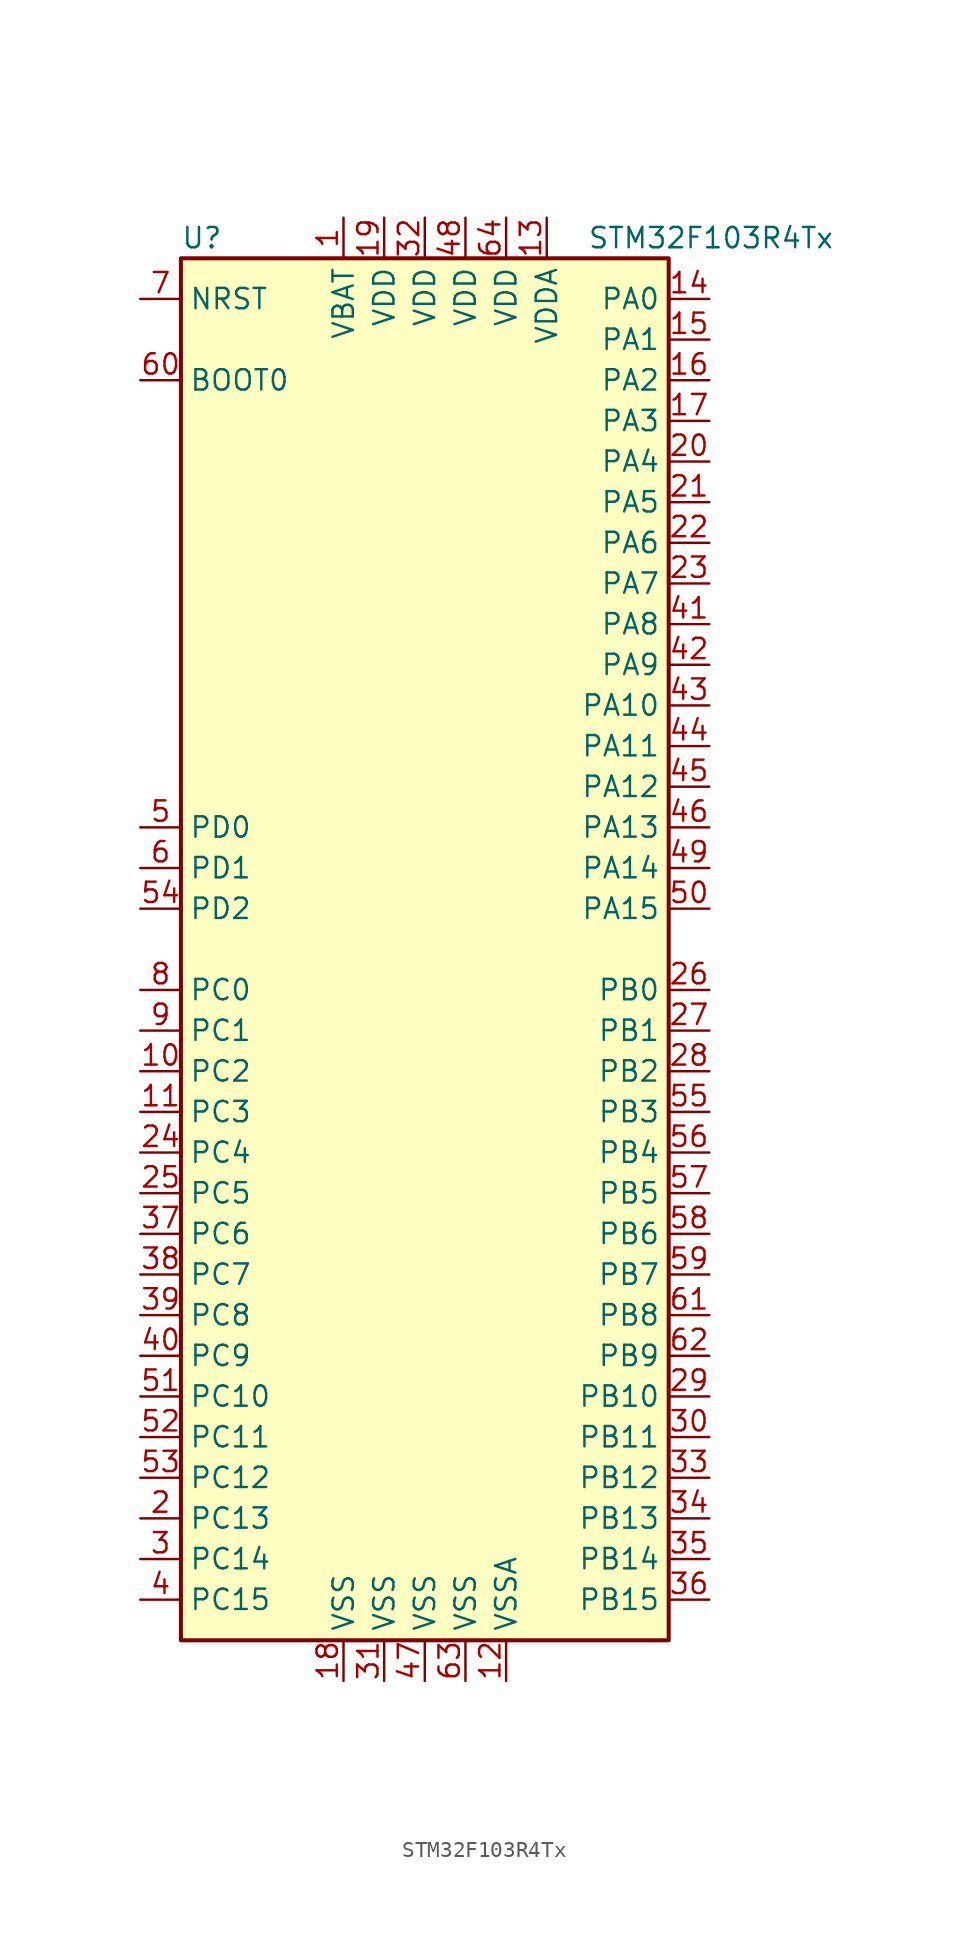
<source format=kicad_sym>
(kicad_symbol_lib
  (version 20211014)
  (generator kicad_symbol_editor)
  (symbol "STM32F103R4Tx"
    (property "Reference" "U"
      (at -15.24 44.45 0)
      (effects (font (size 1.27 1.27)) (justify left)))
    (property "Value" "STM32F103R4Tx"
      (at 10.16 44.45 0)
      (effects (font (size 1.27 1.27)) (justify left)))
    (symbol "STM32F103R4Tx_0_1"
      (rectangle (start -15.24 -43.18) (end 15.24 43.18) (stroke (width 0.254) (type default) (color 0 0 0 0)) (fill (type background))))
    (symbol "STM32F103R4Tx_1_1"
      (pin power_in line (at -5.08 45.72 270) (length 2.54) (name "VBAT" (effects (font (size 1.27 1.27)))) (number "1" (effects (font (size 1.27 1.27)))))
      (pin bidirectional line (at -17.78 -7.62 0) (length 2.54) (name "PC2" (effects (font (size 1.27 1.27)))) (number "10" (effects (font (size 1.27 1.27)))))
      (pin bidirectional line (at -17.78 -10.16 0) (length 2.54) (name "PC3" (effects (font (size 1.27 1.27)))) (number "11" (effects (font (size 1.27 1.27)))))
      (pin power_in line (at 5.08 -45.72 90) (length 2.54) (name "VSSA" (effects (font (size 1.27 1.27)))) (number "12" (effects (font (size 1.27 1.27)))))
      (pin power_in line (at 7.62 45.72 270) (length 2.54) (name "VDDA" (effects (font (size 1.27 1.27)))) (number "13" (effects (font (size 1.27 1.27)))))
      (pin bidirectional line (at 17.78 40.64 180) (length 2.54) (name "PA0" (effects (font (size 1.27 1.27)))) (number "14" (effects (font (size 1.27 1.27)))))
      (pin bidirectional line (at 17.78 38.1 180) (length 2.54) (name "PA1" (effects (font (size 1.27 1.27)))) (number "15" (effects (font (size 1.27 1.27)))))
      (pin bidirectional line (at 17.78 35.56 180) (length 2.54) (name "PA2" (effects (font (size 1.27 1.27)))) (number "16" (effects (font (size 1.27 1.27)))))
      (pin bidirectional line (at 17.78 33.02 180) (length 2.54) (name "PA3" (effects (font (size 1.27 1.27)))) (number "17" (effects (font (size 1.27 1.27)))))
      (pin power_in line (at -5.08 -45.72 90) (length 2.54) (name "VSS" (effects (font (size 1.27 1.27)))) (number "18" (effects (font (size 1.27 1.27)))))
      (pin power_in line (at -2.54 45.72 270) (length 2.54) (name "VDD" (effects (font (size 1.27 1.27)))) (number "19" (effects (font (size 1.27 1.27)))))
      (pin bidirectional line (at -17.78 -35.56 0) (length 2.54) (name "PC13" (effects (font (size 1.27 1.27)))) (number "2" (effects (font (size 1.27 1.27)))))
      (pin bidirectional line (at 17.78 30.48 180) (length 2.54) (name "PA4" (effects (font (size 1.27 1.27)))) (number "20" (effects (font (size 1.27 1.27)))))
      (pin bidirectional line (at 17.78 27.94 180) (length 2.54) (name "PA5" (effects (font (size 1.27 1.27)))) (number "21" (effects (font (size 1.27 1.27)))))
      (pin bidirectional line (at 17.78 25.4 180) (length 2.54) (name "PA6" (effects (font (size 1.27 1.27)))) (number "22" (effects (font (size 1.27 1.27)))))
      (pin bidirectional line (at 17.78 22.86 180) (length 2.54) (name "PA7" (effects (font (size 1.27 1.27)))) (number "23" (effects (font (size 1.27 1.27)))))
      (pin bidirectional line (at -17.78 -12.7 0) (length 2.54) (name "PC4" (effects (font (size 1.27 1.27)))) (number "24" (effects (font (size 1.27 1.27)))))
      (pin bidirectional line (at -17.78 -15.24 0) (length 2.54) (name "PC5" (effects (font (size 1.27 1.27)))) (number "25" (effects (font (size 1.27 1.27)))))
      (pin bidirectional line (at 17.78 -2.54 180) (length 2.54) (name "PB0" (effects (font (size 1.27 1.27)))) (number "26" (effects (font (size 1.27 1.27)))))
      (pin bidirectional line (at 17.78 -5.08 180) (length 2.54) (name "PB1" (effects (font (size 1.27 1.27)))) (number "27" (effects (font (size 1.27 1.27)))))
      (pin bidirectional line (at 17.78 -7.62 180) (length 2.54) (name "PB2" (effects (font (size 1.27 1.27)))) (number "28" (effects (font (size 1.27 1.27)))))
      (pin bidirectional line (at 17.78 -27.94 180) (length 2.54) (name "PB10" (effects (font (size 1.27 1.27)))) (number "29" (effects (font (size 1.27 1.27)))))
      (pin bidirectional line (at -17.78 -38.1 0) (length 2.54) (name "PC14" (effects (font (size 1.27 1.27)))) (number "3" (effects (font (size 1.27 1.27)))))
      (pin bidirectional line (at 17.78 -30.48 180) (length 2.54) (name "PB11" (effects (font (size 1.27 1.27)))) (number "30" (effects (font (size 1.27 1.27)))))
      (pin power_in line (at -2.54 -45.72 90) (length 2.54) (name "VSS" (effects (font (size 1.27 1.27)))) (number "31" (effects (font (size 1.27 1.27)))))
      (pin power_in line (at 0 45.72 270) (length 2.54) (name "VDD" (effects (font (size 1.27 1.27)))) (number "32" (effects (font (size 1.27 1.27)))))
      (pin bidirectional line (at 17.78 -33.02 180) (length 2.54) (name "PB12" (effects (font (size 1.27 1.27)))) (number "33" (effects (font (size 1.27 1.27)))))
      (pin bidirectional line (at 17.78 -35.56 180) (length 2.54) (name "PB13" (effects (font (size 1.27 1.27)))) (number "34" (effects (font (size 1.27 1.27)))))
      (pin bidirectional line (at 17.78 -38.1 180) (length 2.54) (name "PB14" (effects (font (size 1.27 1.27)))) (number "35" (effects (font (size 1.27 1.27)))))
      (pin bidirectional line (at 17.78 -40.64 180) (length 2.54) (name "PB15" (effects (font (size 1.27 1.27)))) (number "36" (effects (font (size 1.27 1.27)))))
      (pin bidirectional line (at -17.78 -17.78 0) (length 2.54) (name "PC6" (effects (font (size 1.27 1.27)))) (number "37" (effects (font (size 1.27 1.27)))))
      (pin bidirectional line (at -17.78 -20.32 0) (length 2.54) (name "PC7" (effects (font (size 1.27 1.27)))) (number "38" (effects (font (size 1.27 1.27)))))
      (pin bidirectional line (at -17.78 -22.86 0) (length 2.54) (name "PC8" (effects (font (size 1.27 1.27)))) (number "39" (effects (font (size 1.27 1.27)))))
      (pin bidirectional line (at -17.78 -40.64 0) (length 2.54) (name "PC15" (effects (font (size 1.27 1.27)))) (number "4" (effects (font (size 1.27 1.27)))))
      (pin bidirectional line (at -17.78 -25.4 0) (length 2.54) (name "PC9" (effects (font (size 1.27 1.27)))) (number "40" (effects (font (size 1.27 1.27)))))
      (pin bidirectional line (at 17.78 20.32 180) (length 2.54) (name "PA8" (effects (font (size 1.27 1.27)))) (number "41" (effects (font (size 1.27 1.27)))))
      (pin bidirectional line (at 17.78 17.78 180) (length 2.54) (name "PA9" (effects (font (size 1.27 1.27)))) (number "42" (effects (font (size 1.27 1.27)))))
      (pin bidirectional line (at 17.78 15.24 180) (length 2.54) (name "PA10" (effects (font (size 1.27 1.27)))) (number "43" (effects (font (size 1.27 1.27)))))
      (pin bidirectional line (at 17.78 12.7 180) (length 2.54) (name "PA11" (effects (font (size 1.27 1.27)))) (number "44" (effects (font (size 1.27 1.27)))))
      (pin bidirectional line (at 17.78 10.16 180) (length 2.54) (name "PA12" (effects (font (size 1.27 1.27)))) (number "45" (effects (font (size 1.27 1.27)))))
      (pin bidirectional line (at 17.78 7.62 180) (length 2.54) (name "PA13" (effects (font (size 1.27 1.27)))) (number "46" (effects (font (size 1.27 1.27)))))
      (pin power_in line (at 0 -45.72 90) (length 2.54) (name "VSS" (effects (font (size 1.27 1.27)))) (number "47" (effects (font (size 1.27 1.27)))))
      (pin power_in line (at 2.54 45.72 270) (length 2.54) (name "VDD" (effects (font (size 1.27 1.27)))) (number "48" (effects (font (size 1.27 1.27)))))
      (pin bidirectional line (at 17.78 5.08 180) (length 2.54) (name "PA14" (effects (font (size 1.27 1.27)))) (number "49" (effects (font (size 1.27 1.27)))))
      (pin input line (at -17.78 7.62 0) (length 2.54) (name "PD0" (effects (font (size 1.27 1.27)))) (number "5" (effects (font (size 1.27 1.27)))))
      (pin bidirectional line (at 17.78 2.54 180) (length 2.54) (name "PA15" (effects (font (size 1.27 1.27)))) (number "50" (effects (font (size 1.27 1.27)))))
      (pin bidirectional line (at -17.78 -27.94 0) (length 2.54) (name "PC10" (effects (font (size 1.27 1.27)))) (number "51" (effects (font (size 1.27 1.27)))))
      (pin bidirectional line (at -17.78 -30.48 0) (length 2.54) (name "PC11" (effects (font (size 1.27 1.27)))) (number "52" (effects (font (size 1.27 1.27)))))
      (pin bidirectional line (at -17.78 -33.02 0) (length 2.54) (name "PC12" (effects (font (size 1.27 1.27)))) (number "53" (effects (font (size 1.27 1.27)))))
      (pin bidirectional line (at -17.78 2.54 0) (length 2.54) (name "PD2" (effects (font (size 1.27 1.27)))) (number "54" (effects (font (size 1.27 1.27)))))
      (pin bidirectional line (at 17.78 -10.16 180) (length 2.54) (name "PB3" (effects (font (size 1.27 1.27)))) (number "55" (effects (font (size 1.27 1.27)))))
      (pin bidirectional line (at 17.78 -12.7 180) (length 2.54) (name "PB4" (effects (font (size 1.27 1.27)))) (number "56" (effects (font (size 1.27 1.27)))))
      (pin bidirectional line (at 17.78 -15.24 180) (length 2.54) (name "PB5" (effects (font (size 1.27 1.27)))) (number "57" (effects (font (size 1.27 1.27)))))
      (pin bidirectional line (at 17.78 -17.78 180) (length 2.54) (name "PB6" (effects (font (size 1.27 1.27)))) (number "58" (effects (font (size 1.27 1.27)))))
      (pin bidirectional line (at 17.78 -20.32 180) (length 2.54) (name "PB7" (effects (font (size 1.27 1.27)))) (number "59" (effects (font (size 1.27 1.27)))))
      (pin input line (at -17.78 5.08 0) (length 2.54) (name "PD1" (effects (font (size 1.27 1.27)))) (number "6" (effects (font (size 1.27 1.27)))))
      (pin input line (at -17.78 35.56 0) (length 2.54) (name "BOOT0" (effects (font (size 1.27 1.27)))) (number "60" (effects (font (size 1.27 1.27)))))
      (pin bidirectional line (at 17.78 -22.86 180) (length 2.54) (name "PB8" (effects (font (size 1.27 1.27)))) (number "61" (effects (font (size 1.27 1.27)))))
      (pin bidirectional line (at 17.78 -25.4 180) (length 2.54) (name "PB9" (effects (font (size 1.27 1.27)))) (number "62" (effects (font (size 1.27 1.27)))))
      (pin power_in line (at 2.54 -45.72 90) (length 2.54) (name "VSS" (effects (font (size 1.27 1.27)))) (number "63" (effects (font (size 1.27 1.27)))))
      (pin power_in line (at 5.08 45.72 270) (length 2.54) (name "VDD" (effects (font (size 1.27 1.27)))) (number "64" (effects (font (size 1.27 1.27)))))
      (pin input line (at -17.78 40.64 0) (length 2.54) (name "NRST" (effects (font (size 1.27 1.27)))) (number "7" (effects (font (size 1.27 1.27)))))
      (pin bidirectional line (at -17.78 -2.54 0) (length 2.54) (name "PC0" (effects (font (size 1.27 1.27)))) (number "8" (effects (font (size 1.27 1.27)))))
      (pin bidirectional line (at -17.78 -5.08 0) (length 2.54) (name "PC1" (effects (font (size 1.27 1.27)))) (number "9" (effects (font (size 1.27 1.27))))))))
</source>
